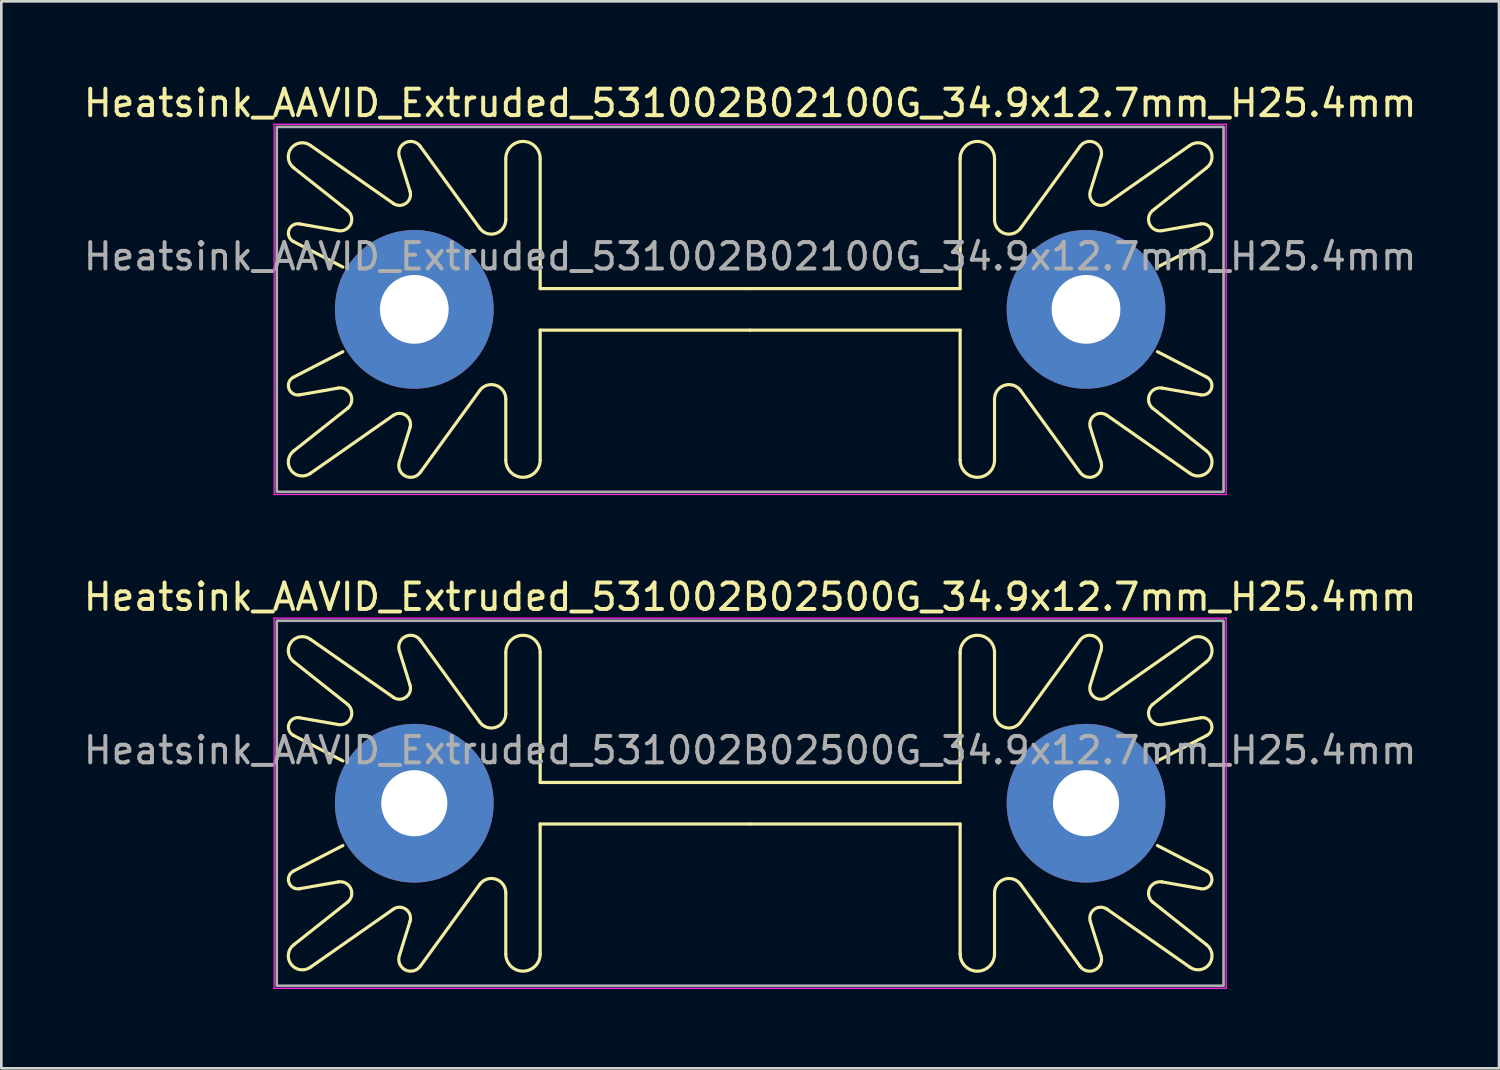
<source format=kicad_pcb>
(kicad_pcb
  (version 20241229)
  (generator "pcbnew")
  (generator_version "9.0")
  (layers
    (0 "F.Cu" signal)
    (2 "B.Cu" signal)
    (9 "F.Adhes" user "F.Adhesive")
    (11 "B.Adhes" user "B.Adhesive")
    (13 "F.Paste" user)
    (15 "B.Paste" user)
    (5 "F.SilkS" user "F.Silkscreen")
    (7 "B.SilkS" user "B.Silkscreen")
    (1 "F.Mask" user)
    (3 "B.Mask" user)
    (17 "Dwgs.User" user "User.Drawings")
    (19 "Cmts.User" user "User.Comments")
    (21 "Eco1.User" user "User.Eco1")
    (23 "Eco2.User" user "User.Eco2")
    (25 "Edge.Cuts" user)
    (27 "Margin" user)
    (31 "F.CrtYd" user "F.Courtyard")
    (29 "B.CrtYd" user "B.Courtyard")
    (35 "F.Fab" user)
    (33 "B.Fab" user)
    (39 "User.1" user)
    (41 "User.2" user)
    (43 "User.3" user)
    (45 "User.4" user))
  (footprint "Heatsink_AAVID_Extruded_531002B02100G_34.9x12.7mm_H25.4mm"
    (layer "F.Cu")
    (at 25.315 8.648)
    (property "Reference" "Heatsink_AAVID_Extruded_531002B02100G_34.9x12.7mm_H25.4mm" (at 0 -7.8 0) (layer "F.SilkS") (effects (font (size 1 1) (thickness 0.15))))
    (attr through_hole)
    (fp_line (start -17.251 -5.347) (end -15.22 -3.738) (stroke (width 0.12) (type default)) (layer "F.SilkS"))
    (fp_line (start -17.251 5.347) (end -15.22 3.738) (stroke (width 0.12) (type default)) (layer "F.SilkS"))
    (fp_line (start -17.041 -3.232) (end -15.573 -2.975) (stroke (width 0.12) (type default)) (layer "F.SilkS"))
    (fp_line (start -17.041 3.232) (end -15.573 2.975) (stroke (width 0.12) (type default)) (layer "F.SilkS"))
    (fp_line (start -16.62 -6.195) (end -13.494 -4.007) (stroke (width 0.12) (type default)) (layer "F.SilkS"))
    (fp_line (start -16.62 6.195) (end -13.494 4.007) (stroke (width 0.12) (type default)) (layer "F.SilkS"))
    (fp_line (start -15.4 -1.6) (end -17.269 -2.565) (stroke (width 0.12) (type default)) (layer "F.SilkS"))
    (fp_line (start -15.4 1.6) (end -17.269 2.565) (stroke (width 0.12) (type default)) (layer "F.SilkS"))
    (fp_line (start -13.262 -5.755) (end -12.861 -4.467) (stroke (width 0.12) (type default)) (layer "F.SilkS"))
    (fp_line (start -13.262 5.755) (end -12.861 4.467) (stroke (width 0.12) (type default)) (layer "F.SilkS"))
    (fp_line (start -12.474 -6.165) (end -10.227 -3.07) (stroke (width 0.12) (type default)) (layer "F.SilkS"))
    (fp_line (start -12.474 6.165) (end -10.227 3.07) (stroke (width 0.12) (type default)) (layer "F.SilkS"))
    (fp_line (start -9.24 -3.39) (end -9.24 -5.7) (stroke (width 0.12) (type default)) (layer "F.SilkS"))
    (fp_line (start -9.24 3.39) (end -9.24 5.7) (stroke (width 0.12) (type default)) (layer "F.SilkS"))
    (fp_line (start -7.94 -5.7) (end -7.94 -0.785) (stroke (width 0.12) (type default)) (layer "F.SilkS"))
    (fp_line (start -7.94 -0.785) (end 0 -0.785) (stroke (width 0.12) (type default)) (layer "F.SilkS"))
    (fp_line (start -7.94 0.785) (end 0 0.785) (stroke (width 0.12) (type default)) (layer "F.SilkS"))
    (fp_line (start -7.94 5.7) (end -7.94 0.785) (stroke (width 0.12) (type default)) (layer "F.SilkS"))
    (fp_line (start 7.94 -5.7) (end 7.94 -0.785) (stroke (width 0.12) (type default)) (layer "F.SilkS"))
    (fp_line (start 7.94 -0.785) (end 0 -0.785) (stroke (width 0.12) (type default)) (layer "F.SilkS"))
    (fp_line (start 7.94 0.785) (end 0 0.785) (stroke (width 0.12) (type default)) (layer "F.SilkS"))
    (fp_line (start 7.94 5.7) (end 7.94 0.785) (stroke (width 0.12) (type default)) (layer "F.SilkS"))
    (fp_line (start 9.24 -3.39) (end 9.24 -5.7) (stroke (width 0.12) (type default)) (layer "F.SilkS"))
    (fp_line (start 9.24 3.39) (end 9.24 5.7) (stroke (width 0.12) (type default)) (layer "F.SilkS"))
    (fp_line (start 12.474 -6.165) (end 10.227 -3.07) (stroke (width 0.12) (type default)) (layer "F.SilkS"))
    (fp_line (start 12.474 6.165) (end 10.227 3.07) (stroke (width 0.12) (type default)) (layer "F.SilkS"))
    (fp_line (start 13.262 -5.755) (end 12.861 -4.467) (stroke (width 0.12) (type default)) (layer "F.SilkS"))
    (fp_line (start 13.262 5.755) (end 12.861 4.467) (stroke (width 0.12) (type default)) (layer "F.SilkS"))
    (fp_line (start 15.4 -1.6) (end 17.269 -2.565) (stroke (width 0.12) (type default)) (layer "F.SilkS"))
    (fp_line (start 15.4 1.6) (end 17.269 2.565) (stroke (width 0.12) (type default)) (layer "F.SilkS"))
    (fp_line (start 16.62 -6.195) (end 13.494 -4.007) (stroke (width 0.12) (type default)) (layer "F.SilkS"))
    (fp_line (start 16.62 6.195) (end 13.494 4.007) (stroke (width 0.12) (type default)) (layer "F.SilkS"))
    (fp_line (start 17.041 -3.232) (end 15.573 -2.975) (stroke (width 0.12) (type default)) (layer "F.SilkS"))
    (fp_line (start 17.041 3.232) (end 15.573 2.975) (stroke (width 0.12) (type default)) (layer "F.SilkS"))
    (fp_line (start 17.251 -5.347) (end 15.22 -3.738) (stroke (width 0.12) (type default)) (layer "F.SilkS"))
    (fp_line (start 17.251 5.347) (end 15.22 3.738) (stroke (width 0.12) (type default)) (layer "F.SilkS"))
    (fp_arc (start -17.269214 -2.565036) (mid -17.440597 -2.996056) (end -17.041391 -3.232244) (stroke (width 0.12) (type default)) (layer "F.SilkS"))
    (fp_arc (start -17.251322 -5.347047) (mid -17.35513 -6.083544) (end -16.619722 -6.194806) (stroke (width 0.12) (type default)) (layer "F.SilkS"))
    (fp_arc (start -17.041391 3.232244) (mid -17.440597 2.996056) (end -17.269214 2.565036) (stroke (width 0.12) (type default)) (layer "F.SilkS"))
    (fp_arc (start -16.619722 6.194806) (mid -17.35513 6.083544) (end -17.251322 5.347047) (stroke (width 0.12) (type default)) (layer "F.SilkS"))
    (fp_arc (start -15.573285 2.975325) (mid -15.103475 3.221267) (end -15.220495 3.738486) (stroke (width 0.12) (type default)) (layer "F.SilkS"))
    (fp_arc (start -15.220495 -3.738486) (mid -15.103476 -3.221268) (end -15.573285 -2.975325) (stroke (width 0.12) (type default)) (layer "F.SilkS"))
    (fp_arc (start -13.494196 4.006938) (mid -13.013649 4.011159) (end -12.86112 4.466876) (stroke (width 0.12) (type default)) (layer "F.SilkS"))
    (fp_arc (start -13.262222 -5.754806) (mid -13.044559 -6.299541) (end -12.473631 -6.164803) (stroke (width 0.12) (type default)) (layer "F.SilkS"))
    (fp_arc (start -12.86112 -4.466876) (mid -13.013649 -4.011159) (end -13.494196 -4.006938) (stroke (width 0.12) (type default)) (layer "F.SilkS"))
    (fp_arc (start -12.473631 6.164803) (mid -13.044559 6.299541) (end -13.262222 5.754806) (stroke (width 0.12) (type default)) (layer "F.SilkS"))
    (fp_arc (start -10.227108 3.069551) (mid -9.617107 2.871094) (end -9.24 3.390015) (stroke (width 0.12) (type default)) (layer "F.SilkS"))
    (fp_arc (start -9.24 -5.700005) (mid -8.589998 -6.34999) (end -7.94 -5.7) (stroke (width 0.12) (type default)) (layer "F.SilkS"))
    (fp_arc (start -9.24 -3.390015) (mid -9.617106 -2.871091) (end -10.227108 -3.069551) (stroke (width 0.12) (type default)) (layer "F.SilkS"))
    (fp_arc (start -7.94 5.7) (mid -8.589998 6.34999) (end -9.24 5.700005) (stroke (width 0.12) (type default)) (layer "F.SilkS"))
    (fp_arc (start 7.94 -5.7) (mid 8.589997 -6.35) (end 9.24 -5.700005) (stroke (width 0.12) (type default)) (layer "F.SilkS"))
    (fp_arc (start 9.24 3.390015) (mid 9.617118 2.871065) (end 10.227108 3.069551) (stroke (width 0.12) (type default)) (layer "F.SilkS"))
    (fp_arc (start 9.24 5.700005) (mid 8.589998 6.35) (end 7.94 5.7) (stroke (width 0.12) (type default)) (layer "F.SilkS"))
    (fp_arc (start 10.227108 -3.069551) (mid 9.617136 -2.87112) (end 9.24 -3.390015) (stroke (width 0.12) (type default)) (layer "F.SilkS"))
    (fp_arc (start 12.473631 -6.164803) (mid 13.044573 -6.29957) (end 13.262222 -5.754806) (stroke (width 0.12) (type default)) (layer "F.SilkS"))
    (fp_arc (start 12.86112 4.466876) (mid 13.013648 4.011156) (end 13.494196 4.006938) (stroke (width 0.12) (type default)) (layer "F.SilkS"))
    (fp_arc (start 13.262222 5.754806) (mid 13.044557 6.299538) (end 12.473631 6.164803) (stroke (width 0.12) (type default)) (layer "F.SilkS"))
    (fp_arc (start 13.494196 -4.006938) (mid 13.013654 -4.011181) (end 12.86112 -4.466876) (stroke (width 0.12) (type default)) (layer "F.SilkS"))
    (fp_arc (start 15.220495 3.738486) (mid 15.103486 3.221284) (end 15.573285 2.975325) (stroke (width 0.12) (type default)) (layer "F.SilkS"))
    (fp_arc (start 15.573285 -2.975325) (mid 15.103462 -3.221272) (end 15.220495 -3.738486) (stroke (width 0.12) (type default)) (layer "F.SilkS"))
    (fp_arc (start 16.619722 -6.194806) (mid 17.355106 -6.08352) (end 17.251322 -5.347047) (stroke (width 0.12) (type default)) (layer "F.SilkS"))
    (fp_arc (start 17.041391 -3.232244) (mid 17.440636 -2.99603) (end 17.269214 -2.565036) (stroke (width 0.12) (type default)) (layer "F.SilkS"))
    (fp_arc (start 17.251322 5.347047) (mid 17.355097 6.083513) (end 16.619722 6.194806) (stroke (width 0.12) (type default)) (layer "F.SilkS"))
    (fp_arc (start 17.269214 2.565036) (mid 17.440597 2.996059) (end 17.041391 3.232244) (stroke (width 0.12) (type default)) (layer "F.SilkS"))
    (fp_line (start -18 -7) (end -18 7) (stroke (width 0.05) (type solid)) (layer "F.CrtYd"))
    (fp_line (start -18 -7) (end 18 -7) (stroke (width 0.05) (type solid)) (layer "F.CrtYd"))
    (fp_line (start 18 7) (end -18 7) (stroke (width 0.05) (type solid)) (layer "F.CrtYd"))
    (fp_line (start 18 7) (end 18 -7) (stroke (width 0.05) (type solid)) (layer "F.CrtYd"))
    (fp_rect (start -17.9 -6.9) (end 17.9 6.9) (stroke (width 0.1) (type default)) (fill no) (layer "F.Fab"))
    (fp_text user "${REFERENCE}" (at 0 -2 0) (layer "F.Fab") (effects (font (size 1 1) (thickness 0.15))))
    (pad "1" thru_hole circle (at -12.7 0) (size 6 6) (drill 2.6) (layers "*.Cu" "*.Mask"))
    (pad "1" thru_hole circle (at 12.7 0) (size 6 6) (drill 2.6) (layers "*.Cu" "*.Mask")))
  (footprint "Heatsink_AAVID_Extruded_531002B02500G_34.9x12.7mm_H25.4mm"
    (layer "F.Cu")
    (at 25.315 27.322)
    (property "Reference" "Heatsink_AAVID_Extruded_531002B02500G_34.9x12.7mm_H25.4mm" (at 0 -7.8 0) (layer "F.SilkS") (effects (font (size 1 1) (thickness 0.15))))
    (attr through_hole)
    (fp_line (start -17.251 -5.347) (end -15.22 -3.738) (stroke (width 0.12) (type default)) (layer "F.SilkS"))
    (fp_line (start -17.251 5.347) (end -15.22 3.738) (stroke (width 0.12) (type default)) (layer "F.SilkS"))
    (fp_line (start -17.041 -3.232) (end -15.573 -2.975) (stroke (width 0.12) (type default)) (layer "F.SilkS"))
    (fp_line (start -17.041 3.232) (end -15.573 2.975) (stroke (width 0.12) (type default)) (layer "F.SilkS"))
    (fp_line (start -16.62 -6.195) (end -13.494 -4.007) (stroke (width 0.12) (type default)) (layer "F.SilkS"))
    (fp_line (start -16.62 6.195) (end -13.494 4.007) (stroke (width 0.12) (type default)) (layer "F.SilkS"))
    (fp_line (start -15.4 -1.6) (end -17.269 -2.565) (stroke (width 0.12) (type default)) (layer "F.SilkS"))
    (fp_line (start -15.4 1.6) (end -17.269 2.565) (stroke (width 0.12) (type default)) (layer "F.SilkS"))
    (fp_line (start -13.262 -5.755) (end -12.861 -4.467) (stroke (width 0.12) (type default)) (layer "F.SilkS"))
    (fp_line (start -13.262 5.755) (end -12.861 4.467) (stroke (width 0.12) (type default)) (layer "F.SilkS"))
    (fp_line (start -12.474 -6.165) (end -10.227 -3.07) (stroke (width 0.12) (type default)) (layer "F.SilkS"))
    (fp_line (start -12.474 6.165) (end -10.227 3.07) (stroke (width 0.12) (type default)) (layer "F.SilkS"))
    (fp_line (start -9.24 -3.39) (end -9.24 -5.7) (stroke (width 0.12) (type default)) (layer "F.SilkS"))
    (fp_line (start -9.24 3.39) (end -9.24 5.7) (stroke (width 0.12) (type default)) (layer "F.SilkS"))
    (fp_line (start -7.94 -5.7) (end -7.94 -0.785) (stroke (width 0.12) (type default)) (layer "F.SilkS"))
    (fp_line (start -7.94 -0.785) (end 0 -0.785) (stroke (width 0.12) (type default)) (layer "F.SilkS"))
    (fp_line (start -7.94 0.785) (end 0 0.785) (stroke (width 0.12) (type default)) (layer "F.SilkS"))
    (fp_line (start -7.94 5.7) (end -7.94 0.785) (stroke (width 0.12) (type default)) (layer "F.SilkS"))
    (fp_line (start 7.94 -5.7) (end 7.94 -0.785) (stroke (width 0.12) (type default)) (layer "F.SilkS"))
    (fp_line (start 7.94 -0.785) (end 0 -0.785) (stroke (width 0.12) (type default)) (layer "F.SilkS"))
    (fp_line (start 7.94 0.785) (end 0 0.785) (stroke (width 0.12) (type default)) (layer "F.SilkS"))
    (fp_line (start 7.94 5.7) (end 7.94 0.785) (stroke (width 0.12) (type default)) (layer "F.SilkS"))
    (fp_line (start 9.24 -3.39) (end 9.24 -5.7) (stroke (width 0.12) (type default)) (layer "F.SilkS"))
    (fp_line (start 9.24 3.39) (end 9.24 5.7) (stroke (width 0.12) (type default)) (layer "F.SilkS"))
    (fp_line (start 12.474 -6.165) (end 10.227 -3.07) (stroke (width 0.12) (type default)) (layer "F.SilkS"))
    (fp_line (start 12.474 6.165) (end 10.227 3.07) (stroke (width 0.12) (type default)) (layer "F.SilkS"))
    (fp_line (start 13.262 -5.755) (end 12.861 -4.467) (stroke (width 0.12) (type default)) (layer "F.SilkS"))
    (fp_line (start 13.262 5.755) (end 12.861 4.467) (stroke (width 0.12) (type default)) (layer "F.SilkS"))
    (fp_line (start 15.4 -1.6) (end 17.269 -2.565) (stroke (width 0.12) (type default)) (layer "F.SilkS"))
    (fp_line (start 15.4 1.6) (end 17.269 2.565) (stroke (width 0.12) (type default)) (layer "F.SilkS"))
    (fp_line (start 16.62 -6.195) (end 13.494 -4.007) (stroke (width 0.12) (type default)) (layer "F.SilkS"))
    (fp_line (start 16.62 6.195) (end 13.494 4.007) (stroke (width 0.12) (type default)) (layer "F.SilkS"))
    (fp_line (start 17.041 -3.232) (end 15.573 -2.975) (stroke (width 0.12) (type default)) (layer "F.SilkS"))
    (fp_line (start 17.041 3.232) (end 15.573 2.975) (stroke (width 0.12) (type default)) (layer "F.SilkS"))
    (fp_line (start 17.251 -5.347) (end 15.22 -3.738) (stroke (width 0.12) (type default)) (layer "F.SilkS"))
    (fp_line (start 17.251 5.347) (end 15.22 3.738) (stroke (width 0.12) (type default)) (layer "F.SilkS"))
    (fp_arc (start -17.269214 -2.565036) (mid -17.440597 -2.996056) (end -17.041391 -3.232244) (stroke (width 0.12) (type default)) (layer "F.SilkS"))
    (fp_arc (start -17.251322 -5.347047) (mid -17.35513 -6.083544) (end -16.619722 -6.194806) (stroke (width 0.12) (type default)) (layer "F.SilkS"))
    (fp_arc (start -17.041391 3.232244) (mid -17.440597 2.996056) (end -17.269214 2.565036) (stroke (width 0.12) (type default)) (layer "F.SilkS"))
    (fp_arc (start -16.619722 6.194806) (mid -17.35513 6.083544) (end -17.251322 5.347047) (stroke (width 0.12) (type default)) (layer "F.SilkS"))
    (fp_arc (start -15.573285 2.975325) (mid -15.103475 3.221267) (end -15.220495 3.738486) (stroke (width 0.12) (type default)) (layer "F.SilkS"))
    (fp_arc (start -15.220495 -3.738486) (mid -15.103476 -3.221268) (end -15.573285 -2.975325) (stroke (width 0.12) (type default)) (layer "F.SilkS"))
    (fp_arc (start -13.494196 4.006938) (mid -13.013649 4.011159) (end -12.86112 4.466876) (stroke (width 0.12) (type default)) (layer "F.SilkS"))
    (fp_arc (start -13.262222 -5.754806) (mid -13.044559 -6.299541) (end -12.473631 -6.164803) (stroke (width 0.12) (type default)) (layer "F.SilkS"))
    (fp_arc (start -12.86112 -4.466876) (mid -13.013649 -4.011159) (end -13.494196 -4.006938) (stroke (width 0.12) (type default)) (layer "F.SilkS"))
    (fp_arc (start -12.473631 6.164803) (mid -13.044559 6.299541) (end -13.262222 5.754806) (stroke (width 0.12) (type default)) (layer "F.SilkS"))
    (fp_arc (start -10.227108 3.069551) (mid -9.617107 2.871094) (end -9.24 3.390015) (stroke (width 0.12) (type default)) (layer "F.SilkS"))
    (fp_arc (start -9.24 -5.700005) (mid -8.589998 -6.34999) (end -7.94 -5.7) (stroke (width 0.12) (type default)) (layer "F.SilkS"))
    (fp_arc (start -9.24 -3.390015) (mid -9.617106 -2.871091) (end -10.227108 -3.069551) (stroke (width 0.12) (type default)) (layer "F.SilkS"))
    (fp_arc (start -7.94 5.7) (mid -8.589998 6.34999) (end -9.24 5.700005) (stroke (width 0.12) (type default)) (layer "F.SilkS"))
    (fp_arc (start 7.94 -5.7) (mid 8.589997 -6.35) (end 9.24 -5.700005) (stroke (width 0.12) (type default)) (layer "F.SilkS"))
    (fp_arc (start 9.24 3.390015) (mid 9.617118 2.871065) (end 10.227108 3.069551) (stroke (width 0.12) (type default)) (layer "F.SilkS"))
    (fp_arc (start 9.24 5.700005) (mid 8.589998 6.35) (end 7.94 5.7) (stroke (width 0.12) (type default)) (layer "F.SilkS"))
    (fp_arc (start 10.227108 -3.069551) (mid 9.617136 -2.87112) (end 9.24 -3.390015) (stroke (width 0.12) (type default)) (layer "F.SilkS"))
    (fp_arc (start 12.473631 -6.164803) (mid 13.044573 -6.29957) (end 13.262222 -5.754806) (stroke (width 0.12) (type default)) (layer "F.SilkS"))
    (fp_arc (start 12.86112 4.466876) (mid 13.013648 4.011156) (end 13.494196 4.006938) (stroke (width 0.12) (type default)) (layer "F.SilkS"))
    (fp_arc (start 13.262222 5.754806) (mid 13.044557 6.299538) (end 12.473631 6.164803) (stroke (width 0.12) (type default)) (layer "F.SilkS"))
    (fp_arc (start 13.494196 -4.006938) (mid 13.013654 -4.011181) (end 12.86112 -4.466876) (stroke (width 0.12) (type default)) (layer "F.SilkS"))
    (fp_arc (start 15.220495 3.738486) (mid 15.103486 3.221284) (end 15.573285 2.975325) (stroke (width 0.12) (type default)) (layer "F.SilkS"))
    (fp_arc (start 15.573285 -2.975325) (mid 15.103462 -3.221272) (end 15.220495 -3.738486) (stroke (width 0.12) (type default)) (layer "F.SilkS"))
    (fp_arc (start 16.619722 -6.194806) (mid 17.355106 -6.08352) (end 17.251322 -5.347047) (stroke (width 0.12) (type default)) (layer "F.SilkS"))
    (fp_arc (start 17.041391 -3.232244) (mid 17.440636 -2.99603) (end 17.269214 -2.565036) (stroke (width 0.12) (type default)) (layer "F.SilkS"))
    (fp_arc (start 17.251322 5.347047) (mid 17.355097 6.083513) (end 16.619722 6.194806) (stroke (width 0.12) (type default)) (layer "F.SilkS"))
    (fp_arc (start 17.269214 2.565036) (mid 17.440597 2.996059) (end 17.041391 3.232244) (stroke (width 0.12) (type default)) (layer "F.SilkS"))
    (fp_line (start -18 -7) (end -18 7) (stroke (width 0.05) (type solid)) (layer "F.CrtYd"))
    (fp_line (start -18 -7) (end 18 -7) (stroke (width 0.05) (type solid)) (layer "F.CrtYd"))
    (fp_line (start 18 7) (end -18 7) (stroke (width 0.05) (type solid)) (layer "F.CrtYd"))
    (fp_line (start 18 7) (end 18 -7) (stroke (width 0.05) (type solid)) (layer "F.CrtYd"))
    (fp_rect (start -17.9 -6.9) (end 17.9 6.9) (stroke (width 0.1) (type default)) (fill no) (layer "F.Fab"))
    (fp_text user "${REFERENCE}" (at 0 -2 0) (layer "F.Fab") (effects (font (size 1 1) (thickness 0.15))))
    (pad "1" thru_hole circle (at -12.7 0) (size 6 6) (drill 2.5) (layers "*.Cu" "*.Mask"))
    (pad "1" thru_hole circle (at 12.7 0) (size 6 6) (drill 2.5) (layers "*.Cu" "*.Mask")))
  (gr_rect
    (start -3 -3)
    (end 53.631 37.346)
    (stroke (width 0.1) (type default))
    (fill no)
    (layer "Edge.Cuts")))
</source>
